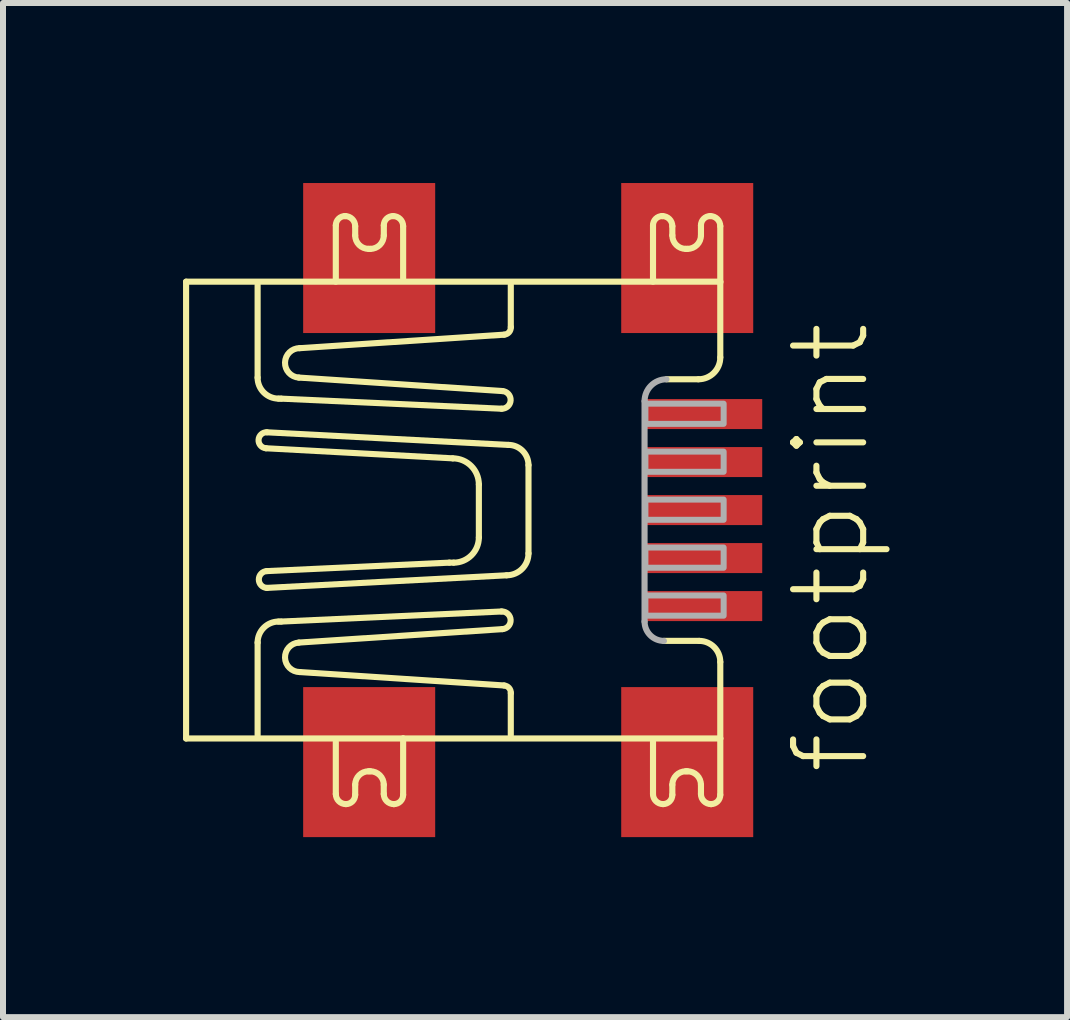
<source format=kicad_pcb>
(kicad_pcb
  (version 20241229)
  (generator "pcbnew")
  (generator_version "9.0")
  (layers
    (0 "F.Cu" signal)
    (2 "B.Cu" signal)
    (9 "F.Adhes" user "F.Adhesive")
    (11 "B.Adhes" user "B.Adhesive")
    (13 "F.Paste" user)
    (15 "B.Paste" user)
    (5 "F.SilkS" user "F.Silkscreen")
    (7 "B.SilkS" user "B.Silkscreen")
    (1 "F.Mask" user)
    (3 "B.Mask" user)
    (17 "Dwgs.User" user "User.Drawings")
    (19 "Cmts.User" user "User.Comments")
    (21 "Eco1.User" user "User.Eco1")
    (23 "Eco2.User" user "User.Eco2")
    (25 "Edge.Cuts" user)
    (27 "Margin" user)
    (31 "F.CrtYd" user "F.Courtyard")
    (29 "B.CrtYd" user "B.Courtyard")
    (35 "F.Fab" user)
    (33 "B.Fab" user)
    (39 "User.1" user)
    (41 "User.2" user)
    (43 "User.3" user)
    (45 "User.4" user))
  (footprint "footprint"
    (layer "F.Cu")
    (at 6.402 5.45)
    (property "Reference" "footprint" (at 5.08 4.445 90) (layer "F.SilkS") (effects (font (size 1.168 1.168) (thickness 0.102)) (justify left bottom)))
    (fp_line (start -6.351 -3.806) (end 2.551 -3.806) (stroke (width 0.102) (type solid)) (layer "F.SilkS"))
    (fp_line (start -6.351 3.806) (end -6.351 -3.806) (stroke (width 0.102) (type solid)) (layer "F.SilkS"))
    (fp_line (start -5.159 -3.75) (end -5.159 -2.208) (stroke (width 0.102) (type solid)) (layer "F.SilkS"))
    (fp_line (start -5.159 3.75) (end -5.159 2.208) (stroke (width 0.102) (type solid)) (layer "F.SilkS"))
    (fp_line (start -5.019 -1.03) (end -1.907 -0.862) (stroke (width 0.102) (type solid)) (layer "F.SilkS"))
    (fp_line (start -5.005 1.297) (end -1.01 1.087) (stroke (width 0.102) (type solid)) (layer "F.SilkS"))
    (fp_line (start -4.809 -1.857) (end -4.767 -1.857) (stroke (width 0.102) (type solid)) (layer "F.SilkS"))
    (fp_line (start -4.809 1.858) (end -4.767 1.858) (stroke (width 0.102) (type solid)) (layer "F.SilkS"))
    (fp_line (start -4.767 -1.857) (end -1.094 -1.689) (stroke (width 0.102) (type solid)) (layer "F.SilkS"))
    (fp_line (start -4.767 1.858) (end -1.094 1.69) (stroke (width 0.102) (type solid)) (layer "F.SilkS"))
    (fp_line (start -4.458 -2.698) (end -1.052 -2.923) (stroke (width 0.102) (type solid)) (layer "F.SilkS"))
    (fp_line (start -4.458 2.699) (end -1.052 2.923) (stroke (width 0.102) (type solid)) (layer "F.SilkS"))
    (fp_line (start -3.856 4.732) (end -3.856 3.862) (stroke (width 0.102) (type solid)) (layer "F.SilkS"))
    (fp_line (start -3.856 -3.806) (end -3.856 -4.745) (stroke (width 0.102) (type solid)) (layer "F.SilkS"))
    (fp_line (start -3.701 -4.899) (end -3.701 -4.899) (stroke (width 0.102) (type solid)) (layer "F.SilkS"))
    (fp_line (start -3.533 4.577) (end -3.533 4.746) (stroke (width 0.102) (type solid)) (layer "F.SilkS"))
    (fp_line (start -3.533 -4.731) (end -3.533 -4.577) (stroke (width 0.102) (type solid)) (layer "F.SilkS"))
    (fp_line (start -3.309 -4.353) (end -3.281 -4.353) (stroke (width 0.102) (type solid)) (layer "F.SilkS"))
    (fp_line (start -3.281 4.353) (end -3.309 4.353) (stroke (width 0.102) (type solid)) (layer "F.SilkS"))
    (fp_line (start -3.057 4.732) (end -3.057 4.577) (stroke (width 0.102) (type solid)) (layer "F.SilkS"))
    (fp_line (start -3.056 -4.577) (end -3.056 -4.745) (stroke (width 0.102) (type solid)) (layer "F.SilkS"))
    (fp_line (start -2.888 4.9) (end -2.888 4.9) (stroke (width 0.102) (type solid)) (layer "F.SilkS"))
    (fp_line (start -2.734 3.806) (end -6.351 3.806) (stroke (width 0.102) (type solid)) (layer "F.SilkS"))
    (fp_line (start -2.734 3.806) (end -2.734 4.746) (stroke (width 0.102) (type solid)) (layer "F.SilkS"))
    (fp_line (start -2.734 -4.731) (end -2.734 -3.862) (stroke (width 0.102) (type solid)) (layer "F.SilkS"))
    (fp_line (start -1.963 0.876) (end -5.005 1.017) (stroke (width 0.102) (type solid)) (layer "F.SilkS"))
    (fp_line (start -1.893 0.876) (end -1.963 0.876) (stroke (width 0.102) (type solid)) (layer "F.SilkS"))
    (fp_line (start -1.472 -0.427) (end -1.472 0.456) (stroke (width 0.102) (type solid)) (layer "F.SilkS"))
    (fp_line (start -1.08 -1.983) (end -4.472 -2.208) (stroke (width 0.102) (type solid)) (layer "F.SilkS"))
    (fp_line (start -1.08 1.984) (end -4.472 2.208) (stroke (width 0.102) (type solid)) (layer "F.SilkS"))
    (fp_line (start -0.982 -1.086) (end -5.005 -1.296) (stroke (width 0.102) (type solid)) (layer "F.SilkS"))
    (fp_line (start -0.94 -3.049) (end -0.94 -3.75) (stroke (width 0.102) (type solid)) (layer "F.SilkS"))
    (fp_line (start -0.94 3.049) (end -0.94 3.75) (stroke (width 0.102) (type solid)) (layer "F.SilkS"))
    (fp_line (start -0.645 0.722) (end -0.645 -0.75) (stroke (width 0.102) (type solid)) (layer "F.SilkS"))
    (fp_line (start 1.43 4.732) (end 1.43 3.862) (stroke (width 0.102) (type solid)) (layer "F.SilkS"))
    (fp_line (start 1.43 -3.806) (end 1.43 -4.745) (stroke (width 0.102) (type solid)) (layer "F.SilkS"))
    (fp_line (start 1.584 -4.899) (end 1.584 -4.899) (stroke (width 0.102) (type solid)) (layer "F.SilkS"))
    (fp_line (start 1.612 2.18) (end 2.201 2.18) (stroke (width 0.102) (type solid)) (layer "F.SilkS"))
    (fp_line (start 1.752 4.577) (end 1.752 4.746) (stroke (width 0.102) (type solid)) (layer "F.SilkS"))
    (fp_line (start 1.752 -4.731) (end 1.752 -4.577) (stroke (width 0.102) (type solid)) (layer "F.SilkS"))
    (fp_line (start 1.976 -4.353) (end 2.005 -4.353) (stroke (width 0.102) (type solid)) (layer "F.SilkS"))
    (fp_line (start 2.004 4.353) (end 1.976 4.353) (stroke (width 0.102) (type solid)) (layer "F.SilkS"))
    (fp_line (start 2.187 -2.18) (end 1.654 -2.18) (stroke (width 0.102) (type solid)) (layer "F.SilkS"))
    (fp_line (start 2.229 4.732) (end 2.229 4.577) (stroke (width 0.102) (type solid)) (layer "F.SilkS"))
    (fp_line (start 2.229 -4.577) (end 2.229 -4.745) (stroke (width 0.102) (type solid)) (layer "F.SilkS"))
    (fp_line (start 2.397 4.9) (end 2.397 4.9) (stroke (width 0.102) (type solid)) (layer "F.SilkS"))
    (fp_line (start 2.551 -3.806) (end 2.551 -2.544) (stroke (width 0.102) (type solid)) (layer "F.SilkS"))
    (fp_line (start 2.551 2.531) (end 2.551 3.806) (stroke (width 0.102) (type solid)) (layer "F.SilkS"))
    (fp_line (start 2.551 3.806) (end -2.734 3.806) (stroke (width 0.102) (type solid)) (layer "F.SilkS"))
    (fp_line (start 2.551 3.806) (end 2.551 4.746) (stroke (width 0.102) (type solid)) (layer "F.SilkS"))
    (fp_line (start 2.551 -4.731) (end 2.551 -3.792) (stroke (width 0.102) (type solid)) (layer "F.SilkS"))
    (fp_arc (start -5.1592 2.2083) (mid -5.056512 1.960488) (end -4.808701 1.857799) (stroke (width 0.1016) (type solid)) (layer "F.SilkS"))
    (fp_arc (start -5.0191 -1.0301) (mid -5.1453 -1.1703) (end -5.0051 -1.2965) (stroke (width 0.1016) (type solid)) (layer "F.SilkS"))
    (fp_arc (start -5.0051 1.297) (mid -5.138901 1.15685) (end -5.0051 1.0167) (stroke (width 0.1016) (type solid)) (layer "F.SilkS"))
    (fp_arc (start -4.808799 -1.857199) (mid -5.05667 -1.959829) (end -5.1593 -2.2077) (stroke (width 0.1016) (type solid)) (layer "F.SilkS"))
    (fp_arc (start -4.4724 -2.2077) (mid -4.701722 -2.459792) (end -4.4584 -2.698399) (stroke (width 0.1016) (type solid)) (layer "F.SilkS"))
    (fp_arc (start -4.4583 2.698999) (mid -4.701622 2.460392) (end -4.4723 2.2083) (stroke (width 0.1016) (type solid)) (layer "F.SilkS"))
    (fp_arc (start -3.8555 -4.7451) (mid -3.810477 -4.854348) (end -3.701199 -4.899301) (stroke (width 0.1016) (type solid)) (layer "F.SilkS"))
    (fp_arc (start -3.7013 -4.8993) (mid -3.582365 -4.850035) (end -3.5331 -4.7311) (stroke (width 0.1016) (type solid)) (layer "F.SilkS"))
    (fp_arc (start -3.6874 4.8999) (mid -3.806335 4.850635) (end -3.8556 4.7317) (stroke (width 0.1016) (type solid)) (layer "F.SilkS"))
    (fp_arc (start -3.5332 4.7457) (mid -3.578364 4.854736) (end -3.6874 4.8999) (stroke (width 0.1016) (type solid)) (layer "F.SilkS"))
    (fp_arc (start -3.533199 4.577501) (mid -3.467533 4.418867) (end -3.3089 4.3532) (stroke (width 0.1016) (type solid)) (layer "F.SilkS"))
    (fp_arc (start -3.308799 -4.352599) (mid -3.467462 -4.418237) (end -3.5331 -4.5769) (stroke (width 0.1016) (type solid)) (layer "F.SilkS"))
    (fp_arc (start -3.280798 4.3532) (mid -3.122107 4.418808) (end -3.0565 4.5775) (stroke (width 0.1016) (type solid)) (layer "F.SilkS"))
    (fp_arc (start -3.0564 -4.7451) (mid -3.011236 -4.854136) (end -2.9022 -4.8993) (stroke (width 0.1016) (type solid)) (layer "F.SilkS"))
    (fp_arc (start -3.0564 -4.5769) (mid -3.122037 -4.418237) (end -3.2807 -4.3526) (stroke (width 0.1016) (type solid)) (layer "F.SilkS"))
    (fp_arc (start -2.9022 -4.8993) (mid -2.783265 -4.850035) (end -2.734 -4.7311) (stroke (width 0.1016) (type solid)) (layer "F.SilkS"))
    (fp_arc (start -2.8883 4.8999) (mid -3.007235 4.850635) (end -3.0565 4.7317) (stroke (width 0.1016) (type solid)) (layer "F.SilkS"))
    (fp_arc (start -2.7341 4.7457) (mid -2.779123 4.854948) (end -2.8884 4.8999) (stroke (width 0.1016) (type solid)) (layer "F.SilkS"))
    (fp_arc (start -1.9069 -0.8619) (mid -1.599591 -0.734609) (end -1.4723 -0.4273) (stroke (width 0.1016) (type solid)) (layer "F.SilkS"))
    (fp_arc (start -1.4723 0.4559) (mid -1.595492 0.753309) (end -1.892901 0.876499) (stroke (width 0.1016) (type solid)) (layer "F.SilkS"))
    (fp_arc (start -1.0937 1.6896) (mid -0.939799 1.829813) (end -1.079698 1.983999) (stroke (width 0.1016) (type solid)) (layer "F.SilkS"))
    (fp_arc (start -1.079798 -1.983399) (mid -0.939899 -1.829213) (end -1.0938 -1.689) (stroke (width 0.1016) (type solid)) (layer "F.SilkS"))
    (fp_arc (start -1.0517 2.9233) (mid -0.96976 2.963358) (end -0.9395 3.0494) (stroke (width 0.1016) (type solid)) (layer "F.SilkS"))
    (fp_arc (start -0.981699 -1.086199) (mid -0.743817 -0.987582) (end -0.6452 -0.7497) (stroke (width 0.1016) (type solid)) (layer "F.SilkS"))
    (fp_arc (start -0.9396 -3.0488) (mid -0.969859 -2.962758) (end -1.0518 -2.9227) (stroke (width 0.1016) (type solid)) (layer "F.SilkS"))
    (fp_arc (start -0.6452 0.7223) (mid -0.75196 0.98004) (end -1.0097 1.0868) (stroke (width 0.1016) (type solid)) (layer "F.SilkS"))
    (fp_arc (start 1.4297 -4.7451) (mid 1.474782 -4.854289) (end 1.584 -4.8993) (stroke (width 0.1016) (type solid)) (layer "F.SilkS"))
    (fp_arc (start 1.5839 -4.8993) (mid 1.702835 -4.850035) (end 1.7521 -4.7311) (stroke (width 0.1016) (type solid)) (layer "F.SilkS"))
    (fp_arc (start 1.5978 4.8999) (mid 1.478865 4.850635) (end 1.4296 4.7317) (stroke (width 0.1016) (type solid)) (layer "F.SilkS"))
    (fp_arc (start 1.752 4.5775) (mid 1.817696 4.418896) (end 1.9763 4.3532) (stroke (width 0.1016) (type solid)) (layer "F.SilkS"))
    (fp_arc (start 1.752 4.7457) (mid 1.706836 4.854736) (end 1.5978 4.8999) (stroke (width 0.1016) (type solid)) (layer "F.SilkS"))
    (fp_arc (start 1.9764 -4.3526) (mid 1.817796 -4.418296) (end 1.7521 -4.5769) (stroke (width 0.1016) (type solid)) (layer "F.SilkS"))
    (fp_arc (start 2.004401 4.353199) (mid 2.163093 4.418808) (end 2.2287 4.5775) (stroke (width 0.1016) (type solid)) (layer "F.SilkS"))
    (fp_arc (start 2.2006 2.1802) (mid 2.44847 2.28283) (end 2.551099 2.530701) (stroke (width 0.1016) (type solid)) (layer "F.SilkS"))
    (fp_arc (start 2.228799 -4.576901) (mid 2.163133 -4.418267) (end 2.0045 -4.3526) (stroke (width 0.1016) (type solid)) (layer "F.SilkS"))
    (fp_arc (start 2.2288 -4.7451) (mid 2.273964 -4.854136) (end 2.383 -4.8993) (stroke (width 0.1016) (type solid)) (layer "F.SilkS"))
    (fp_arc (start 2.383 -4.8993) (mid 2.501935 -4.850035) (end 2.5512 -4.7311) (stroke (width 0.1016) (type solid)) (layer "F.SilkS"))
    (fp_arc (start 2.3969 4.8999) (mid 2.277965 4.850635) (end 2.2287 4.7317) (stroke (width 0.1016) (type solid)) (layer "F.SilkS"))
    (fp_arc (start 2.5511 -2.5442) (mid 2.44437 -2.28643) (end 2.186601 -2.179699) (stroke (width 0.1016) (type solid)) (layer "F.SilkS"))
    (fp_arc (start 2.5511 4.7457) (mid 2.506047 4.854919) (end 2.396798 4.8999) (stroke (width 0.1016) (type solid)) (layer "F.SilkS"))
    (fp_line (start 1.289 -1.815) (end 1.289 1.858) (stroke (width 0.102) (type solid)) (layer "F.Fab"))
    (fp_arc (start 1.2894 -1.8152) (mid 1.39616 -2.07294) (end 1.6539 -2.1797) (stroke (width 0.1016) (type solid)) (layer "F.Fab"))
    (fp_arc (start 1.6118 2.1802) (mid 1.383829 2.085771) (end 1.2894 1.8578) (stroke (width 0.1016) (type solid)) (layer "F.Fab"))
    (fp_poly (pts (xy 1.303 -1.437) (xy 2.607 -1.437) (xy 2.607 -1.773) (xy 1.303 -1.773)) (stroke (width 0.1) (type solid)) (fill no) (layer "F.Fab"))
    (fp_poly (pts (xy 1.303 -0.638) (xy 2.607 -0.638) (xy 2.607 -0.974) (xy 1.303 -0.974)) (stroke (width 0.1) (type solid)) (fill no) (layer "F.Fab"))
    (fp_poly (pts (xy 1.303 0.162) (xy 2.607 0.162) (xy 2.607 -0.175) (xy 1.303 -0.175)) (stroke (width 0.1) (type solid)) (fill no) (layer "F.Fab"))
    (fp_poly (pts (xy 1.303 0.961) (xy 2.607 0.961) (xy 2.607 0.624) (xy 1.303 0.624)) (stroke (width 0.1) (type solid)) (fill no) (layer "F.Fab"))
    (fp_poly (pts (xy 1.303 1.76) (xy 2.607 1.76) (xy 2.607 1.423) (xy 1.303 1.423)) (stroke (width 0.1) (type solid)) (fill no) (layer "F.Fab"))
    (pad "1" smd rect (at 2.25 -1.6) (size 2 0.5) (layers "F.Cu" "F.Mask" "F.Paste"))
    (pad "2" smd rect (at 2.25 -0.8) (size 2 0.5) (layers "F.Cu" "F.Mask" "F.Paste"))
    (pad "3" smd rect (at 2.25 0) (size 2 0.5) (layers "F.Cu" "F.Mask" "F.Paste"))
    (pad "4" smd rect (at 2.25 0.8) (size 2 0.5) (layers "F.Cu" "F.Mask" "F.Paste"))
    (pad "5" smd rect (at 2.25 1.6) (size 2 0.5) (layers "F.Cu" "F.Mask" "F.Paste"))
    (pad "M1" smd rect (at -3.3 4.2) (size 2.2 2.5) (layers "F.Cu" "F.Mask" "F.Paste"))
    (pad "M2" smd rect (at -3.3 -4.2) (size 2.2 2.5) (layers "F.Cu" "F.Mask" "F.Paste"))
    (pad "M3" smd rect (at 2 -4.2) (size 2.2 2.5) (layers "F.Cu" "F.Mask" "F.Paste"))
    (pad "M4" smd rect (at 2 4.2) (size 2.2 2.5) (layers "F.Cu" "F.Mask" "F.Paste"))
    (zone (net_name "") (layer "F.Cu") (hatch edge 0.508) (connect_pads) (min_thickness 0.254) (filled_areas_thickness no) (keepout (tracks not_allowed) (vias not_allowed) (pads not_allowed) (copperpour not_allowed) (footprints allowed)) (placement (enabled no)) (fill) (polygon (pts (xy 0.002 9.3) (xy 1.977 9.3) (xy 1.977 1.6) (xy 0.002 1.6))))
    (zone (net_name "") (layer "F.Cu") (hatch edge 0.508) (connect_pads) (min_thickness 0.254) (filled_areas_thickness no) (keepout (tracks not_allowed) (vias not_allowed) (pads not_allowed) (copperpour not_allowed) (footprints allowed)) (placement (enabled no)) (fill) (polygon (pts (xy 1.977 8.375) (xy 4.227 8.375) (xy 4.227 2.525) (xy 1.977 2.525))))
    (zone (net_name "") (layer "F.Cu") (hatch edge 0.508) (connect_pads) (min_thickness 0.254) (filled_areas_thickness no) (keepout (tracks not_allowed) (vias not_allowed) (pads not_allowed) (copperpour not_allowed) (footprints allowed)) (placement (enabled no)) (fill) (polygon (pts (xy 4.227 9.3) (xy 5.952 9.3) (xy 5.952 1.6) (xy 4.227 1.6))))
    (zone (net_name "") (layer "F.Cu") (hatch edge 0.508) (connect_pads) (min_thickness 0.254) (filled_areas_thickness no) (keepout (tracks not_allowed) (vias not_allowed) (pads not_allowed) (copperpour not_allowed) (footprints allowed)) (placement (enabled no)) (fill) (polygon (pts (xy 5.952 7.3) (xy 7.627 7.3) (xy 7.627 3.6) (xy 5.952 3.6)))))
  (gr_rect
    (start -3 -3)
    (end 14.732 13.9)
    (stroke (width 0.1) (type default))
    (fill no)
    (layer "Edge.Cuts")))
</source>
